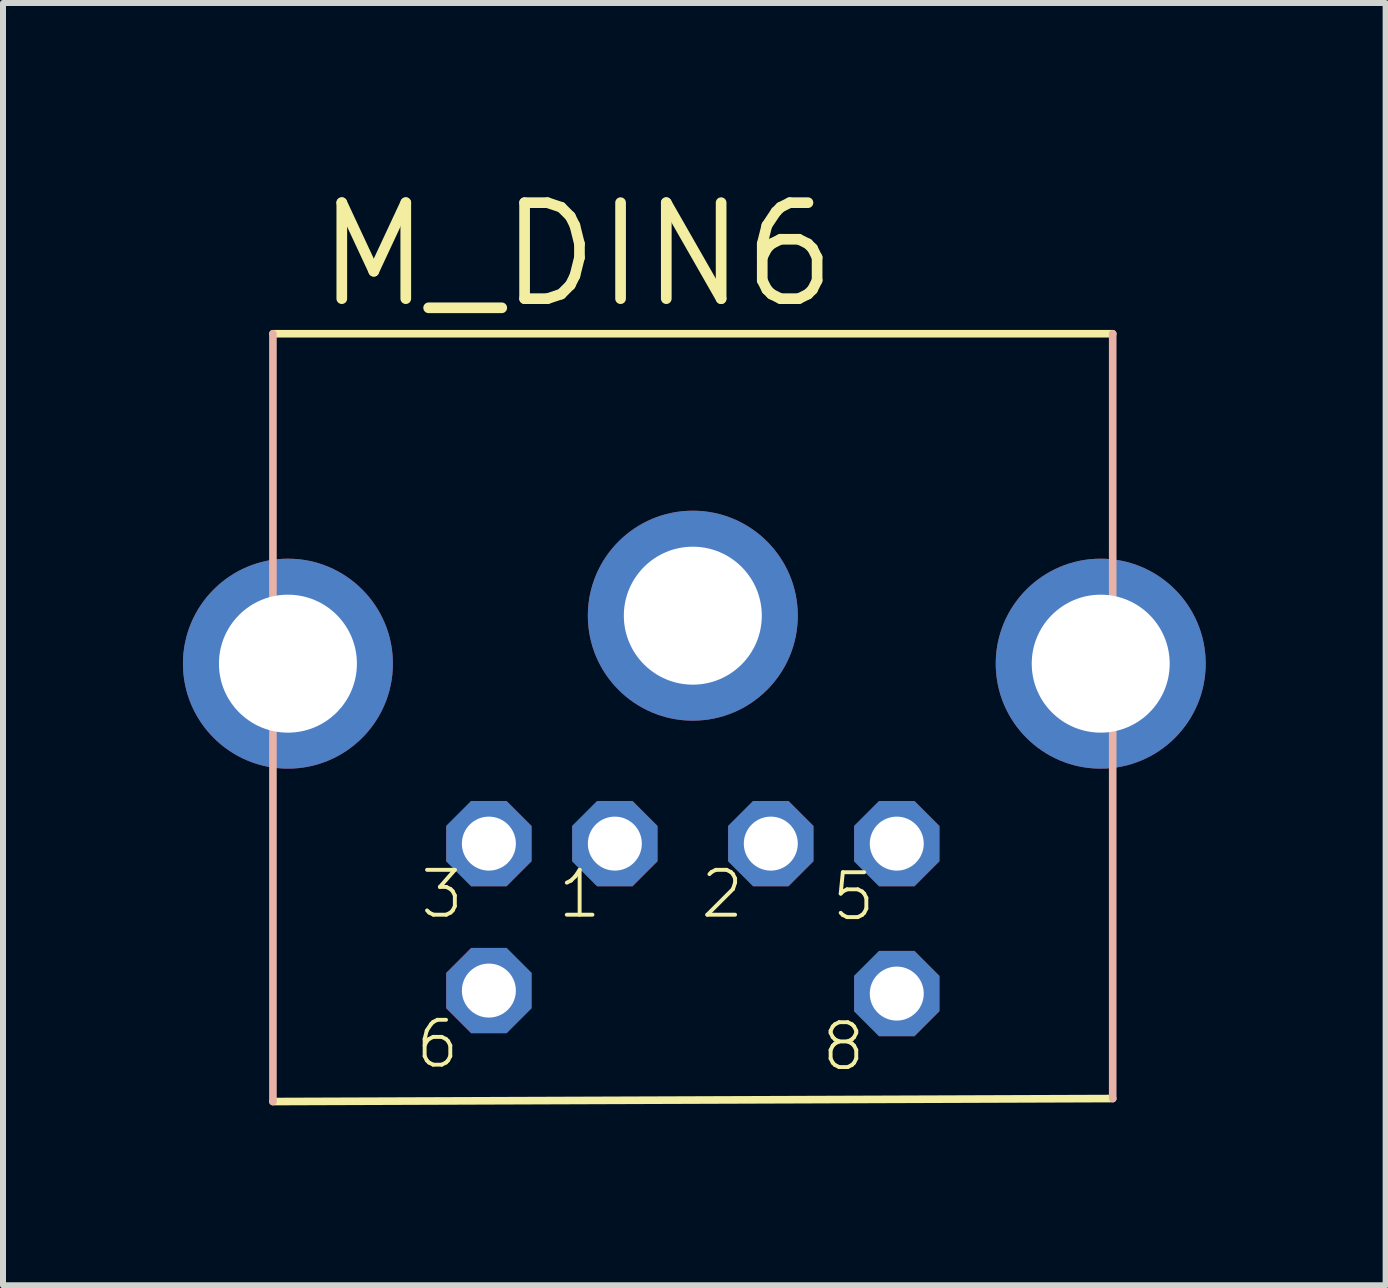
<source format=kicad_pcb>
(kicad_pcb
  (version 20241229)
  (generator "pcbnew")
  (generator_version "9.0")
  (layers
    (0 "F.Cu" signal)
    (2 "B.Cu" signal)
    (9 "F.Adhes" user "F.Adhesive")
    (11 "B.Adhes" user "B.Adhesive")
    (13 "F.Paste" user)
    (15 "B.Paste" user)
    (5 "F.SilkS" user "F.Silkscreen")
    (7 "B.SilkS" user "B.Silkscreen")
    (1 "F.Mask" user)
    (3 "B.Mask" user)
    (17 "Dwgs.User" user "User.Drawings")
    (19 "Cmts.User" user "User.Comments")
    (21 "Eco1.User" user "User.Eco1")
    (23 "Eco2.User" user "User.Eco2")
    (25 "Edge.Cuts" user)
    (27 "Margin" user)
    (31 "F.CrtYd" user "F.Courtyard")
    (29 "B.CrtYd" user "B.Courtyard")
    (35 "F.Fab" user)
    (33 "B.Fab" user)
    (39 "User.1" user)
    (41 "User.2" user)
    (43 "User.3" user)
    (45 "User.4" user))
  (footprint "M_DIN6"
    (layer "F.Cu")
    (at 8.5 7.264)
    (property "Reference" "M_DIN6" (at -6.35 -5.13 0) (layer "F.SilkS") (effects (font (size 1.6 1.6) (thickness 0.178)) (justify left bottom)))
    (fp_line (start -7 8.05) (end 7 8) (stroke (width 0.127) (type solid)) (layer "F.SilkS"))
    (fp_line (start 7 -4.75) (end -7 -4.75) (stroke (width 0.127) (type solid)) (layer "F.SilkS"))
    (fp_line (start -7 -4.75) (end -7 -0.25) (stroke (width 0.127) (type solid)) (layer "B.SilkS"))
    (fp_line (start -7 -0.25) (end -7 8.05) (stroke (width 0.127) (type solid)) (layer "B.SilkS"))
    (fp_line (start -7 -0.25) (end -6.7 -0.25) (stroke (width 0.127) (type solid)) (layer "B.SilkS"))
    (fp_line (start -6.7 -0.25) (end -6.7 1.75) (stroke (width 0.127) (type solid)) (layer "B.SilkS"))
    (fp_line (start -6.7 1.75) (end -6.95 1.75) (stroke (width 0.127) (type solid)) (layer "B.SilkS"))
    (fp_line (start 6.7 -0.25) (end 6.7 1.75) (stroke (width 0.127) (type solid)) (layer "B.SilkS"))
    (fp_line (start 6.7 1.75) (end 7 1.75) (stroke (width 0.127) (type solid)) (layer "B.SilkS"))
    (fp_line (start 7 -0.25) (end 6.7 -0.25) (stroke (width 0.127) (type solid)) (layer "B.SilkS"))
    (fp_line (start 7 -0.25) (end 7 -4.75) (stroke (width 0.127) (type solid)) (layer "B.SilkS"))
    (fp_line (start 7 1.75) (end 7 -0.25) (stroke (width 0.127) (type solid)) (layer "B.SilkS"))
    (fp_line (start 7 8) (end 7 1.75) (stroke (width 0.127) (type solid)) (layer "B.SilkS"))
    (fp_text user "5" (at 2.28 5.07 0) (layer "F.SilkS") (effects (font (size 0.748 0.748) (thickness 0.065)) (justify left bottom)))
    (fp_text user "2" (at 0.092 5.03 0) (layer "F.SilkS") (effects (font (size 0.748 0.748) (thickness 0.065)) (justify left bottom)))
    (fp_text user "8" (at 2.112 7.57 0) (layer "F.SilkS") (effects (font (size 0.748 0.748) (thickness 0.065)) (justify left bottom)))
    (fp_text user "1" (at -2.286 5.03 0) (layer "F.SilkS") (effects (font (size 0.748 0.748) (thickness 0.065)) (justify left bottom)))
    (fp_text user "6" (at -4.656 7.53 0) (layer "F.SilkS") (effects (font (size 0.748 0.748) (thickness 0.065)) (justify left bottom)))
    (fp_text user "3" (at -4.58 5.03 0) (layer "F.SilkS") (effects (font (size 0.748 0.748) (thickness 0.065)) (justify left bottom)))
    (pad "1" thru_hole roundrect (at -1.3 3.75) (size 1.422 1.422) (drill 0.9) (layers "*.Cu" "*.Mask") (roundrect_rratio 0.25) (chamfer_ratio 0.293) (chamfer top_left top_right bottom_left bottom_right))
    (pad "2" thru_hole roundrect (at 1.3 3.75) (size 1.422 1.422) (drill 0.9) (layers "*.Cu" "*.Mask") (roundrect_rratio 0.25) (chamfer_ratio 0.293) (chamfer top_left top_right bottom_left bottom_right))
    (pad "3" thru_hole roundrect (at -3.4 3.75) (size 1.422 1.422) (drill 0.9) (layers "*.Cu" "*.Mask") (roundrect_rratio 0.25) (chamfer_ratio 0.293) (chamfer top_left top_right bottom_left bottom_right))
    (pad "5" thru_hole roundrect (at 3.4 3.75) (size 1.422 1.422) (drill 0.9) (layers "*.Cu" "*.Mask") (roundrect_rratio 0.25) (chamfer_ratio 0.293) (chamfer top_left top_right bottom_left bottom_right))
    (pad "6" thru_hole roundrect (at -3.4 6.2) (size 1.422 1.422) (drill 0.9) (layers "*.Cu" "*.Mask") (roundrect_rratio 0.25) (chamfer_ratio 0.293) (chamfer top_left top_right bottom_left bottom_right))
    (pad "8" thru_hole roundrect (at 3.4 6.25) (size 1.422 1.422) (drill 0.9) (layers "*.Cu" "*.Mask") (roundrect_rratio 0.25) (chamfer_ratio 0.293) (chamfer top_left top_right bottom_left bottom_right))
    (pad "SH1" thru_hole circle (at 6.8 0.75) (size 3.5 3.5) (drill 2.3) (layers "*.Cu" "*.Mask"))
    (pad "SH2" thru_hole circle (at 0 -0.05) (size 3.5 3.5) (drill 2.3) (layers "*.Cu" "*.Mask"))
    (pad "SH3" thru_hole circle (at -6.75 0.75) (size 3.5 3.5) (drill 2.3) (layers "*.Cu" "*.Mask")))
  (gr_rect
    (start -3 -3)
    (end 20.05 18.377)
    (stroke (width 0.1) (type default))
    (fill no)
    (layer "Edge.Cuts")))
</source>
